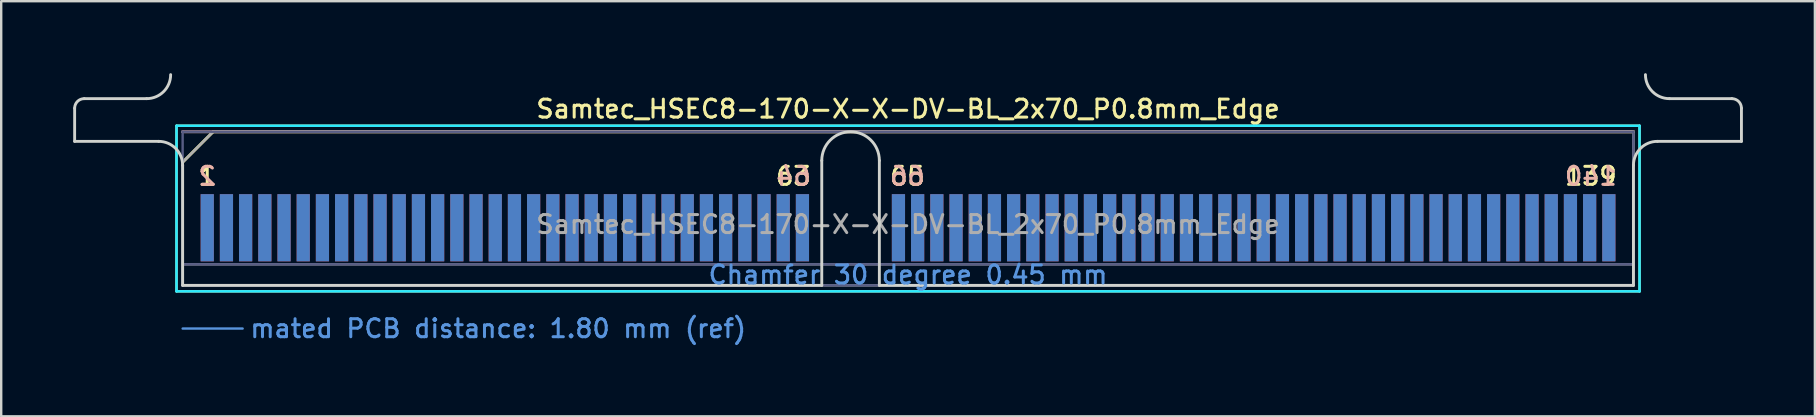
<source format=kicad_pcb>
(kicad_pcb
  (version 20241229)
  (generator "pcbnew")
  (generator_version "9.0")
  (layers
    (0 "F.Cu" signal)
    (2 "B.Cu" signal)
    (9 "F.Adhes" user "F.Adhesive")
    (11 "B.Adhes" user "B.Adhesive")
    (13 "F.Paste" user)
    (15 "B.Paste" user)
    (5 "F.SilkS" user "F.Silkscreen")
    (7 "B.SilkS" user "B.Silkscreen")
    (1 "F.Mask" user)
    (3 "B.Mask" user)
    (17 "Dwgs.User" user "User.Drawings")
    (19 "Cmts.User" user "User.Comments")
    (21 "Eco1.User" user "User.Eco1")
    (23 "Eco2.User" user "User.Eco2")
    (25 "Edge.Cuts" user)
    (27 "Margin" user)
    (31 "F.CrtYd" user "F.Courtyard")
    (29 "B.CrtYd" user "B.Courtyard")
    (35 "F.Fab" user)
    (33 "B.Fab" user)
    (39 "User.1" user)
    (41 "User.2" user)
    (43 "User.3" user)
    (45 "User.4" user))
  (footprint "Samtec_HSEC8-170-X-X-DV-BL_2x70_P0.8mm_Edge"
    (layer "F.Cu")
    (at 34.785 8.84)
    (property "Reference" "Samtec_HSEC8-170-X-X-DV-BL_2x70_P0.8mm_Edge" (at 0 -7.35 0) (layer "F.SilkS") (effects (font (size 0.75 0.75) (thickness 0.125))))
    (attr exclude_from_pos_files exclude_from_bom)
    (fp_line (start -30.48 -6.65) (end -30.48 0.25) (stroke (width 0.1) (type solid)) (layer "F.SilkS"))
    (fp_line (start -30.48 0.25) (end 30.48 0.25) (stroke (width 0.1) (type solid)) (layer "F.SilkS"))
    (fp_line (start -30.225 -5.13) (end -28.955 -6.4) (stroke (width 0.12) (type solid)) (layer "F.SilkS"))
    (fp_line (start -28.955 -6.4) (end 30.225 -6.4) (stroke (width 0.12) (type solid)) (layer "F.SilkS"))
    (fp_line (start 30.48 -6.65) (end -30.48 -6.65) (stroke (width 0.1) (type solid)) (layer "F.SilkS"))
    (fp_line (start 30.48 0.25) (end 30.48 -6.65) (stroke (width 0.1) (type solid)) (layer "F.SilkS"))
    (fp_line (start -30.225 -6.4) (end -30.225 -6.4) (stroke (width 0.12) (type solid)) (layer "B.SilkS"))
    (fp_line (start -30.225 -6.4) (end 30.225 -6.4) (stroke (width 0.12) (type solid)) (layer "B.SilkS"))
    (fp_line (start -30.225 1.8) (end -27.725 1.8) (stroke (width 0.1) (type solid)) (layer "Cmts.User"))
    (fp_line (start -34.725 -6) (end -34.725 -7.38) (stroke (width 0.12) (type solid)) (layer "Edge.Cuts"))
    (fp_line (start -34.325 -7.78) (end -31.725 -7.78) (stroke (width 0.12) (type solid)) (layer "Edge.Cuts"))
    (fp_line (start -31.225 -6) (end -34.725 -6) (stroke (width 0.12) (type solid)) (layer "Edge.Cuts"))
    (fp_line (start -30.225 -5) (end -30.225 0) (stroke (width 0.12) (type solid)) (layer "Edge.Cuts"))
    (fp_line (start -30.225 0) (end -3.595 0) (stroke (width 0.12) (type solid)) (layer "Edge.Cuts"))
    (fp_line (start -3.595 0) (end -3.595 -5.2) (stroke (width 0.12) (type solid)) (layer "Edge.Cuts"))
    (fp_line (start -1.195 -5.2) (end -1.195 0) (stroke (width 0.12) (type solid)) (layer "Edge.Cuts"))
    (fp_line (start -1.195 0) (end 30.225 0) (stroke (width 0.12) (type solid)) (layer "Edge.Cuts"))
    (fp_line (start 30.225 0) (end 30.225 -5) (stroke (width 0.12) (type solid)) (layer "Edge.Cuts"))
    (fp_line (start 31.225 -6) (end 34.725 -6) (stroke (width 0.12) (type solid)) (layer "Edge.Cuts"))
    (fp_line (start 34.325 -7.78) (end 31.725 -7.78) (stroke (width 0.12) (type solid)) (layer "Edge.Cuts"))
    (fp_line (start 34.725 -6) (end 34.725 -7.38) (stroke (width 0.12) (type solid)) (layer "Edge.Cuts"))
    (fp_arc (start -34.725 -7.38) (mid -34.607843 -7.662843) (end -34.325 -7.78) (stroke (width 0.12) (type solid)) (layer "Edge.Cuts"))
    (fp_arc (start -31.225 -6) (mid -30.517893 -5.707107) (end -30.225 -5) (stroke (width 0.12) (type solid)) (layer "Edge.Cuts"))
    (fp_arc (start -30.725 -8.78) (mid -31.017893 -8.072893) (end -31.725 -7.78) (stroke (width 0.12) (type solid)) (layer "Edge.Cuts"))
    (fp_arc (start -3.595 -5.2) (mid -2.395 -6.4) (end -1.195 -5.2) (stroke (width 0.12) (type solid)) (layer "Edge.Cuts"))
    (fp_arc (start 30.225 -5) (mid 30.517893 -5.707107) (end 31.225 -6) (stroke (width 0.12) (type solid)) (layer "Edge.Cuts"))
    (fp_arc (start 31.725 -7.78) (mid 31.017893 -8.072893) (end 30.725 -8.78) (stroke (width 0.12) (type solid)) (layer "Edge.Cuts"))
    (fp_arc (start 34.325 -7.78) (mid 34.607843 -7.662843) (end 34.725 -7.38) (stroke (width 0.12) (type solid)) (layer "Edge.Cuts"))
    (fp_line (start -30.48 -6.65) (end -30.48 0.25) (stroke (width 0.1) (type solid)) (layer "B.CrtYd"))
    (fp_line (start -30.48 0.25) (end 30.48 0.25) (stroke (width 0.1) (type solid)) (layer "B.CrtYd"))
    (fp_line (start 30.48 -6.65) (end -30.48 -6.65) (stroke (width 0.1) (type solid)) (layer "B.CrtYd"))
    (fp_line (start 30.48 0.25) (end 30.48 -6.65) (stroke (width 0.1) (type solid)) (layer "B.CrtYd"))
    (fp_line (start -30.225 -6.4) (end -30.225 -6.4) (stroke (width 0.1) (type solid)) (layer "B.Fab"))
    (fp_line (start -30.225 -6.4) (end -30.225 0) (stroke (width 0.1) (type solid)) (layer "B.Fab"))
    (fp_line (start -30.225 -6.4) (end 30.225 -6.4) (stroke (width 0.1) (type solid)) (layer "B.Fab"))
    (fp_line (start -30.225 -0.88) (end 30.225 -0.88) (stroke (width 0.1) (type solid)) (layer "B.Fab"))
    (fp_line (start -30.225 0) (end 30.225 0) (stroke (width 0.1) (type solid)) (layer "B.Fab"))
    (fp_line (start 30.225 -6.4) (end 30.225 0) (stroke (width 0.1) (type solid)) (layer "B.Fab"))
    (fp_line (start -30.225 -5.13) (end -30.225 0) (stroke (width 0.1) (type solid)) (layer "F.Fab"))
    (fp_line (start -30.225 -5.13) (end -28.955 -6.4) (stroke (width 0.1) (type solid)) (layer "F.Fab"))
    (fp_line (start -30.225 -0.88) (end 30.225 -0.88) (stroke (width 0.1) (type solid)) (layer "F.Fab"))
    (fp_line (start -30.225 0) (end 30.225 0) (stroke (width 0.1) (type solid)) (layer "F.Fab"))
    (fp_line (start -28.955 -6.4) (end 30.225 -6.4) (stroke (width 0.1) (type solid)) (layer "F.Fab"))
    (fp_line (start 30.225 -6.4) (end 30.225 0) (stroke (width 0.1) (type solid)) (layer "F.Fab"))
    (fp_text user "63" (at -4.775 -4.55 0) (layer "F.SilkS") (effects (font (size 0.75 0.75) (thickness 0.125))))
    (fp_text user "65" (at -0.025 -4.55 0) (layer "F.SilkS") (effects (font (size 0.75 0.75) (thickness 0.125))))
    (fp_text user "139" (at 28.45 -4.55 0) (layer "F.SilkS") (effects (font (size 0.75 0.75) (thickness 0.125))))
    (fp_text user "1" (at -29.2 -4.55 0) (layer "F.SilkS") (effects (font (size 0.75 0.75) (thickness 0.125))))
    (fp_text user "140" (at 28.45 -4.55 0) (layer "B.SilkS") (effects (font (size 0.75 0.75) (thickness 0.125)) (justify mirror)))
    (fp_text user "64" (at -4.775 -4.55 0) (layer "B.SilkS") (effects (font (size 0.75 0.75) (thickness 0.125)) (justify mirror)))
    (fp_text user "2" (at -29.2 -4.55 0) (layer "B.SilkS") (effects (font (size 0.75 0.75) (thickness 0.125)) (justify mirror)))
    (fp_text user "66" (at -0.025 -4.55 0) (layer "B.SilkS") (effects (font (size 0.75 0.75) (thickness 0.125)) (justify mirror)))
    (fp_text user "Chamfer 30 degree 0.45 mm" (at 0 -0.44 0) (layer "Cmts.User") (effects (font (size 0.75 0.75) (thickness 0.125))))
    (fp_text user "mated PCB distance: 1.80 mm (ref)" (at -27.48 1.8 0) (layer "Cmts.User") (effects (font (size 0.75 0.75) (thickness 0.125)) (justify left)))
    (fp_text user "${REFERENCE}" (at 0 -2.54 0) (layer "F.Fab") (effects (font (size 0.75 0.75) (thickness 0.125))))
    (pad "1" connect rect (at -29.2 -2.4) (size 0.55 2.8) (layers "F.Cu" "F.Mask"))
    (pad "2" connect rect (at -29.2 -2.4) (size 0.55 2.8) (layers "B.Cu" "B.Mask"))
    (pad "3" connect rect (at -28.4 -2.4) (size 0.55 2.8) (layers "F.Cu" "F.Mask"))
    (pad "4" connect rect (at -28.4 -2.4) (size 0.55 2.8) (layers "B.Cu" "B.Mask"))
    (pad "5" connect rect (at -27.6 -2.4) (size 0.55 2.8) (layers "F.Cu" "F.Mask"))
    (pad "6" connect rect (at -27.6 -2.4) (size 0.55 2.8) (layers "B.Cu" "B.Mask"))
    (pad "7" connect rect (at -26.8 -2.4) (size 0.55 2.8) (layers "F.Cu" "F.Mask"))
    (pad "8" connect rect (at -26.8 -2.4) (size 0.55 2.8) (layers "B.Cu" "B.Mask"))
    (pad "9" connect rect (at -26 -2.4) (size 0.55 2.8) (layers "F.Cu" "F.Mask"))
    (pad "10" connect rect (at -26 -2.4) (size 0.55 2.8) (layers "B.Cu" "B.Mask"))
    (pad "11" connect rect (at -25.2 -2.4) (size 0.55 2.8) (layers "F.Cu" "F.Mask"))
    (pad "12" connect rect (at -25.2 -2.4) (size 0.55 2.8) (layers "B.Cu" "B.Mask"))
    (pad "13" connect rect (at -24.4 -2.4) (size 0.55 2.8) (layers "F.Cu" "F.Mask"))
    (pad "14" connect rect (at -24.4 -2.4) (size 0.55 2.8) (layers "B.Cu" "B.Mask"))
    (pad "15" connect rect (at -23.6 -2.4) (size 0.55 2.8) (layers "F.Cu" "F.Mask"))
    (pad "16" connect rect (at -23.6 -2.4) (size 0.55 2.8) (layers "B.Cu" "B.Mask"))
    (pad "17" connect rect (at -22.8 -2.4) (size 0.55 2.8) (layers "F.Cu" "F.Mask"))
    (pad "18" connect rect (at -22.8 -2.4) (size 0.55 2.8) (layers "B.Cu" "B.Mask"))
    (pad "19" connect rect (at -22 -2.4) (size 0.55 2.8) (layers "F.Cu" "F.Mask"))
    (pad "20" connect rect (at -22 -2.4) (size 0.55 2.8) (layers "B.Cu" "B.Mask"))
    (pad "21" connect rect (at -21.2 -2.4) (size 0.55 2.8) (layers "F.Cu" "F.Mask"))
    (pad "22" connect rect (at -21.2 -2.4) (size 0.55 2.8) (layers "B.Cu" "B.Mask"))
    (pad "23" connect rect (at -20.4 -2.4) (size 0.55 2.8) (layers "F.Cu" "F.Mask"))
    (pad "24" connect rect (at -20.4 -2.4) (size 0.55 2.8) (layers "B.Cu" "B.Mask"))
    (pad "25" connect rect (at -19.6 -2.4) (size 0.55 2.8) (layers "F.Cu" "F.Mask"))
    (pad "26" connect rect (at -19.6 -2.4) (size 0.55 2.8) (layers "B.Cu" "B.Mask"))
    (pad "27" connect rect (at -18.8 -2.4) (size 0.55 2.8) (layers "F.Cu" "F.Mask"))
    (pad "28" connect rect (at -18.8 -2.4) (size 0.55 2.8) (layers "B.Cu" "B.Mask"))
    (pad "29" connect rect (at -18 -2.4) (size 0.55 2.8) (layers "F.Cu" "F.Mask"))
    (pad "30" connect rect (at -18 -2.4) (size 0.55 2.8) (layers "B.Cu" "B.Mask"))
    (pad "31" connect rect (at -17.2 -2.4) (size 0.55 2.8) (layers "F.Cu" "F.Mask"))
    (pad "32" connect rect (at -17.2 -2.4) (size 0.55 2.8) (layers "B.Cu" "B.Mask"))
    (pad "33" connect rect (at -16.4 -2.4) (size 0.55 2.8) (layers "F.Cu" "F.Mask"))
    (pad "34" connect rect (at -16.4 -2.4) (size 0.55 2.8) (layers "B.Cu" "B.Mask"))
    (pad "35" connect rect (at -15.6 -2.4) (size 0.55 2.8) (layers "F.Cu" "F.Mask"))
    (pad "36" connect rect (at -15.6 -2.4) (size 0.55 2.8) (layers "B.Cu" "B.Mask"))
    (pad "37" connect rect (at -14.8 -2.4) (size 0.55 2.8) (layers "F.Cu" "F.Mask"))
    (pad "38" connect rect (at -14.8 -2.4) (size 0.55 2.8) (layers "B.Cu" "B.Mask"))
    (pad "39" connect rect (at -14 -2.4) (size 0.55 2.8) (layers "F.Cu" "F.Mask"))
    (pad "40" connect rect (at -14 -2.4) (size 0.55 2.8) (layers "B.Cu" "B.Mask"))
    (pad "41" connect rect (at -13.2 -2.4) (size 0.55 2.8) (layers "F.Cu" "F.Mask"))
    (pad "42" connect rect (at -13.2 -2.4) (size 0.55 2.8) (layers "B.Cu" "B.Mask"))
    (pad "43" connect rect (at -12.4 -2.4) (size 0.55 2.8) (layers "F.Cu" "F.Mask"))
    (pad "44" connect rect (at -12.4 -2.4) (size 0.55 2.8) (layers "B.Cu" "B.Mask"))
    (pad "45" connect rect (at -11.6 -2.4) (size 0.55 2.8) (layers "F.Cu" "F.Mask"))
    (pad "46" connect rect (at -11.6 -2.4) (size 0.55 2.8) (layers "B.Cu" "B.Mask"))
    (pad "47" connect rect (at -10.8 -2.4) (size 0.55 2.8) (layers "F.Cu" "F.Mask"))
    (pad "48" connect rect (at -10.8 -2.4) (size 0.55 2.8) (layers "B.Cu" "B.Mask"))
    (pad "49" connect rect (at -10 -2.4) (size 0.55 2.8) (layers "F.Cu" "F.Mask"))
    (pad "50" connect rect (at -10 -2.4) (size 0.55 2.8) (layers "B.Cu" "B.Mask"))
    (pad "51" connect rect (at -9.2 -2.4) (size 0.55 2.8) (layers "F.Cu" "F.Mask"))
    (pad "52" connect rect (at -9.2 -2.4) (size 0.55 2.8) (layers "B.Cu" "B.Mask"))
    (pad "53" connect rect (at -8.4 -2.4) (size 0.55 2.8) (layers "F.Cu" "F.Mask"))
    (pad "54" connect rect (at -8.4 -2.4) (size 0.55 2.8) (layers "B.Cu" "B.Mask"))
    (pad "55" connect rect (at -7.6 -2.4) (size 0.55 2.8) (layers "F.Cu" "F.Mask"))
    (pad "56" connect rect (at -7.6 -2.4) (size 0.55 2.8) (layers "B.Cu" "B.Mask"))
    (pad "57" connect rect (at -6.8 -2.4) (size 0.55 2.8) (layers "F.Cu" "F.Mask"))
    (pad "58" connect rect (at -6.8 -2.4) (size 0.55 2.8) (layers "B.Cu" "B.Mask"))
    (pad "59" connect rect (at -6 -2.4) (size 0.55 2.8) (layers "F.Cu" "F.Mask"))
    (pad "60" connect rect (at -6 -2.4) (size 0.55 2.8) (layers "B.Cu" "B.Mask"))
    (pad "61" connect rect (at -5.2 -2.4) (size 0.55 2.8) (layers "F.Cu" "F.Mask"))
    (pad "62" connect rect (at -5.2 -2.4) (size 0.55 2.8) (layers "B.Cu" "B.Mask"))
    (pad "63" connect rect (at -4.4 -2.4) (size 0.55 2.8) (layers "F.Cu" "F.Mask"))
    (pad "64" connect rect (at -4.4 -2.4) (size 0.55 2.8) (layers "B.Cu" "B.Mask"))
    (pad "65" connect rect (at -0.4 -2.4) (size 0.55 2.8) (layers "F.Cu" "F.Mask"))
    (pad "66" connect rect (at -0.4 -2.4) (size 0.55 2.8) (layers "B.Cu" "B.Mask"))
    (pad "67" connect rect (at 0.4 -2.4) (size 0.55 2.8) (layers "F.Cu" "F.Mask"))
    (pad "68" connect rect (at 0.4 -2.4) (size 0.55 2.8) (layers "B.Cu" "B.Mask"))
    (pad "69" connect rect (at 1.2 -2.4) (size 0.55 2.8) (layers "F.Cu" "F.Mask"))
    (pad "70" connect rect (at 1.2 -2.4) (size 0.55 2.8) (layers "B.Cu" "B.Mask"))
    (pad "71" connect rect (at 2 -2.4) (size 0.55 2.8) (layers "F.Cu" "F.Mask"))
    (pad "72" connect rect (at 2 -2.4) (size 0.55 2.8) (layers "B.Cu" "B.Mask"))
    (pad "73" connect rect (at 2.8 -2.4) (size 0.55 2.8) (layers "F.Cu" "F.Mask"))
    (pad "74" connect rect (at 2.8 -2.4) (size 0.55 2.8) (layers "B.Cu" "B.Mask"))
    (pad "75" connect rect (at 3.6 -2.4) (size 0.55 2.8) (layers "F.Cu" "F.Mask"))
    (pad "76" connect rect (at 3.6 -2.4) (size 0.55 2.8) (layers "B.Cu" "B.Mask"))
    (pad "77" connect rect (at 4.4 -2.4) (size 0.55 2.8) (layers "F.Cu" "F.Mask"))
    (pad "78" connect rect (at 4.4 -2.4) (size 0.55 2.8) (layers "B.Cu" "B.Mask"))
    (pad "79" connect rect (at 5.2 -2.4) (size 0.55 2.8) (layers "F.Cu" "F.Mask"))
    (pad "80" connect rect (at 5.2 -2.4) (size 0.55 2.8) (layers "B.Cu" "B.Mask"))
    (pad "81" connect rect (at 6 -2.4) (size 0.55 2.8) (layers "F.Cu" "F.Mask"))
    (pad "82" connect rect (at 6 -2.4) (size 0.55 2.8) (layers "B.Cu" "B.Mask"))
    (pad "83" connect rect (at 6.8 -2.4) (size 0.55 2.8) (layers "F.Cu" "F.Mask"))
    (pad "84" connect rect (at 6.8 -2.4) (size 0.55 2.8) (layers "B.Cu" "B.Mask"))
    (pad "85" connect rect (at 7.6 -2.4) (size 0.55 2.8) (layers "F.Cu" "F.Mask"))
    (pad "86" connect rect (at 7.6 -2.4) (size 0.55 2.8) (layers "B.Cu" "B.Mask"))
    (pad "87" connect rect (at 8.4 -2.4) (size 0.55 2.8) (layers "F.Cu" "F.Mask"))
    (pad "88" connect rect (at 8.4 -2.4) (size 0.55 2.8) (layers "B.Cu" "B.Mask"))
    (pad "89" connect rect (at 9.2 -2.4) (size 0.55 2.8) (layers "F.Cu" "F.Mask"))
    (pad "90" connect rect (at 9.2 -2.4) (size 0.55 2.8) (layers "B.Cu" "B.Mask"))
    (pad "91" connect rect (at 10 -2.4) (size 0.55 2.8) (layers "F.Cu" "F.Mask"))
    (pad "92" connect rect (at 10 -2.4) (size 0.55 2.8) (layers "B.Cu" "B.Mask"))
    (pad "93" connect rect (at 10.8 -2.4) (size 0.55 2.8) (layers "F.Cu" "F.Mask"))
    (pad "94" connect rect (at 10.8 -2.4) (size 0.55 2.8) (layers "B.Cu" "B.Mask"))
    (pad "95" connect rect (at 11.6 -2.4) (size 0.55 2.8) (layers "F.Cu" "F.Mask"))
    (pad "96" connect rect (at 11.6 -2.4) (size 0.55 2.8) (layers "B.Cu" "B.Mask"))
    (pad "97" connect rect (at 12.4 -2.4) (size 0.55 2.8) (layers "F.Cu" "F.Mask"))
    (pad "98" connect rect (at 12.4 -2.4) (size 0.55 2.8) (layers "B.Cu" "B.Mask"))
    (pad "99" connect rect (at 13.2 -2.4) (size 0.55 2.8) (layers "F.Cu" "F.Mask"))
    (pad "100" connect rect (at 13.2 -2.4) (size 0.55 2.8) (layers "B.Cu" "B.Mask"))
    (pad "101" connect rect (at 14 -2.4) (size 0.55 2.8) (layers "F.Cu" "F.Mask"))
    (pad "102" connect rect (at 14 -2.4) (size 0.55 2.8) (layers "B.Cu" "B.Mask"))
    (pad "103" connect rect (at 14.8 -2.4) (size 0.55 2.8) (layers "F.Cu" "F.Mask"))
    (pad "104" connect rect (at 14.8 -2.4) (size 0.55 2.8) (layers "B.Cu" "B.Mask"))
    (pad "105" connect rect (at 15.6 -2.4) (size 0.55 2.8) (layers "F.Cu" "F.Mask"))
    (pad "106" connect rect (at 15.6 -2.4) (size 0.55 2.8) (layers "B.Cu" "B.Mask"))
    (pad "107" connect rect (at 16.4 -2.4) (size 0.55 2.8) (layers "F.Cu" "F.Mask"))
    (pad "108" connect rect (at 16.4 -2.4) (size 0.55 2.8) (layers "B.Cu" "B.Mask"))
    (pad "109" connect rect (at 17.2 -2.4) (size 0.55 2.8) (layers "F.Cu" "F.Mask"))
    (pad "110" connect rect (at 17.2 -2.4) (size 0.55 2.8) (layers "B.Cu" "B.Mask"))
    (pad "111" connect rect (at 18 -2.4) (size 0.55 2.8) (layers "F.Cu" "F.Mask"))
    (pad "112" connect rect (at 18 -2.4) (size 0.55 2.8) (layers "B.Cu" "B.Mask"))
    (pad "113" connect rect (at 18.8 -2.4) (size 0.55 2.8) (layers "F.Cu" "F.Mask"))
    (pad "114" connect rect (at 18.8 -2.4) (size 0.55 2.8) (layers "B.Cu" "B.Mask"))
    (pad "115" connect rect (at 19.6 -2.4) (size 0.55 2.8) (layers "F.Cu" "F.Mask"))
    (pad "116" connect rect (at 19.6 -2.4) (size 0.55 2.8) (layers "B.Cu" "B.Mask"))
    (pad "117" connect rect (at 20.4 -2.4) (size 0.55 2.8) (layers "F.Cu" "F.Mask"))
    (pad "118" connect rect (at 20.4 -2.4) (size 0.55 2.8) (layers "B.Cu" "B.Mask"))
    (pad "119" connect rect (at 21.2 -2.4) (size 0.55 2.8) (layers "F.Cu" "F.Mask"))
    (pad "120" connect rect (at 21.2 -2.4) (size 0.55 2.8) (layers "B.Cu" "B.Mask"))
    (pad "121" connect rect (at 22 -2.4) (size 0.55 2.8) (layers "F.Cu" "F.Mask"))
    (pad "122" connect rect (at 22 -2.4) (size 0.55 2.8) (layers "B.Cu" "B.Mask"))
    (pad "123" connect rect (at 22.8 -2.4) (size 0.55 2.8) (layers "F.Cu" "F.Mask"))
    (pad "124" connect rect (at 22.8 -2.4) (size 0.55 2.8) (layers "B.Cu" "B.Mask"))
    (pad "125" connect rect (at 23.6 -2.4) (size 0.55 2.8) (layers "F.Cu" "F.Mask"))
    (pad "126" connect rect (at 23.6 -2.4) (size 0.55 2.8) (layers "B.Cu" "B.Mask"))
    (pad "127" connect rect (at 24.4 -2.4) (size 0.55 2.8) (layers "F.Cu" "F.Mask"))
    (pad "128" connect rect (at 24.4 -2.4) (size 0.55 2.8) (layers "B.Cu" "B.Mask"))
    (pad "129" connect rect (at 25.2 -2.4) (size 0.55 2.8) (layers "F.Cu" "F.Mask"))
    (pad "130" connect rect (at 25.2 -2.4) (size 0.55 2.8) (layers "B.Cu" "B.Mask"))
    (pad "131" connect rect (at 26 -2.4) (size 0.55 2.8) (layers "F.Cu" "F.Mask"))
    (pad "132" connect rect (at 26 -2.4) (size 0.55 2.8) (layers "B.Cu" "B.Mask"))
    (pad "133" connect rect (at 26.8 -2.4) (size 0.55 2.8) (layers "F.Cu" "F.Mask"))
    (pad "134" connect rect (at 26.8 -2.4) (size 0.55 2.8) (layers "B.Cu" "B.Mask"))
    (pad "135" connect rect (at 27.6 -2.4) (size 0.55 2.8) (layers "F.Cu" "F.Mask"))
    (pad "136" connect rect (at 27.6 -2.4) (size 0.55 2.8) (layers "B.Cu" "B.Mask"))
    (pad "137" connect rect (at 28.4 -2.4) (size 0.55 2.8) (layers "F.Cu" "F.Mask"))
    (pad "138" connect rect (at 28.4 -2.4) (size 0.55 2.8) (layers "B.Cu" "B.Mask"))
    (pad "139" connect rect (at 29.2 -2.4) (size 0.55 2.8) (layers "F.Cu" "F.Mask"))
    (pad "140" connect rect (at 29.2 -2.4) (size 0.55 2.8) (layers "B.Cu" "B.Mask")))
  (gr_rect
    (start -3 -3)
    (end 72.57 14.298)
    (stroke (width 0.1) (type default))
    (fill no)
    (layer "Edge.Cuts")))
</source>
